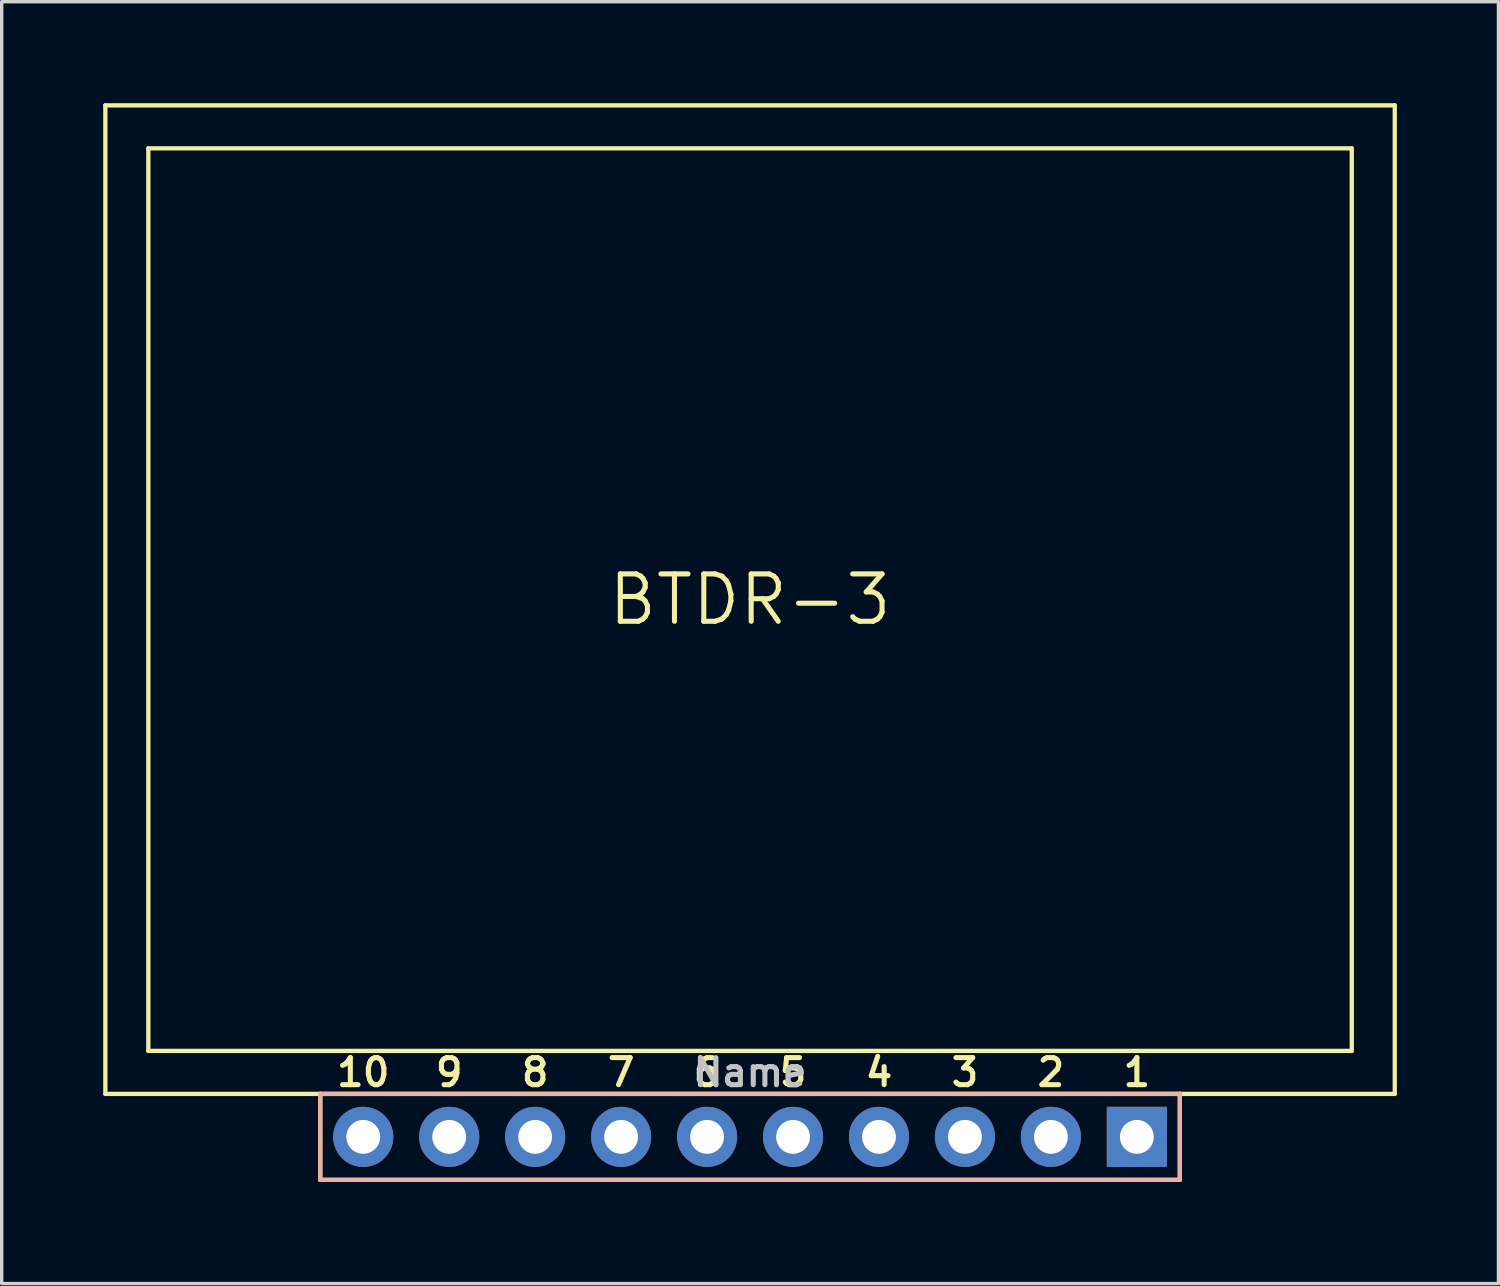
<source format=kicad_pcb>
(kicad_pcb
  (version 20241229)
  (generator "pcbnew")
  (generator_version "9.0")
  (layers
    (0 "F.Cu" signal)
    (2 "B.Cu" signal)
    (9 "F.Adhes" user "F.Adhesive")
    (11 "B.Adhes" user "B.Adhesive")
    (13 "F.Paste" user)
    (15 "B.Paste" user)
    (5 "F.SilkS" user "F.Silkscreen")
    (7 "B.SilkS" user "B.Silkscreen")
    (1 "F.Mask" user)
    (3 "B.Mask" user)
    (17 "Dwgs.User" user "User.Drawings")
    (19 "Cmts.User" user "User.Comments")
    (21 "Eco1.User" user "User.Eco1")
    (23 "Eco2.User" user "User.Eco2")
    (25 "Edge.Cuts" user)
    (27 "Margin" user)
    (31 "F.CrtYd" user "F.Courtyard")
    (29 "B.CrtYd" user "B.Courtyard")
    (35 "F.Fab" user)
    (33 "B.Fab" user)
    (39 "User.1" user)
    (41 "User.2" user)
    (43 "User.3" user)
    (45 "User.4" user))
  (footprint "BTDR-3"
    (layer "F.Cu")
    (at 19.113 14.668)
    (property "Reference" "BTDR-3" (at 0 0 0) (layer "F.SilkS") (effects (font (size 1.4 1.4) (thickness 0.15))))
    (attr through_hole)
    (fp_line (start -19.05 -14.605) (end -19.05 14.605) (stroke (width 0.127) (type solid)) (layer "F.SilkS"))
    (fp_line (start -19.05 -14.605) (end 19.05 -14.605) (stroke (width 0.127) (type solid)) (layer "F.SilkS"))
    (fp_line (start -19.05 14.605) (end -12.7 14.605) (stroke (width 0.127) (type solid)) (layer "F.SilkS"))
    (fp_line (start -17.78 -13.335) (end 17.78 -13.335) (stroke (width 0.127) (type solid)) (layer "F.SilkS"))
    (fp_line (start -17.78 13.335) (end -17.78 -13.335) (stroke (width 0.127) (type solid)) (layer "F.SilkS"))
    (fp_line (start -12.7 14.605) (end -12.7 17.145) (stroke (width 0.127) (type solid)) (layer "F.SilkS"))
    (fp_line (start -12.7 14.605) (end 12.7 14.605) (stroke (width 0.127) (type solid)) (layer "F.SilkS"))
    (fp_line (start -12.7 17.145) (end 12.7 17.145) (stroke (width 0.127) (type solid)) (layer "F.SilkS"))
    (fp_line (start 12.7 14.605) (end 19.05 14.605) (stroke (width 0.127) (type solid)) (layer "F.SilkS"))
    (fp_line (start 12.7 17.145) (end 12.7 14.605) (stroke (width 0.127) (type solid)) (layer "F.SilkS"))
    (fp_line (start 17.78 -13.335) (end 17.78 13.335) (stroke (width 0.127) (type solid)) (layer "F.SilkS"))
    (fp_line (start 17.78 13.335) (end -17.78 13.335) (stroke (width 0.127) (type solid)) (layer "F.SilkS"))
    (fp_line (start 19.05 14.605) (end 19.05 -14.605) (stroke (width 0.127) (type solid)) (layer "F.SilkS"))
    (fp_line (start -12.7 14.605) (end 12.7 14.605) (stroke (width 0.127) (type solid)) (layer "B.SilkS"))
    (fp_line (start -12.7 17.145) (end -12.7 14.605) (stroke (width 0.127) (type solid)) (layer "B.SilkS"))
    (fp_line (start 12.7 14.605) (end 12.7 17.145) (stroke (width 0.127) (type solid)) (layer "B.SilkS"))
    (fp_line (start 12.7 17.145) (end -12.7 17.145) (stroke (width 0.127) (type solid)) (layer "B.SilkS"))
    (fp_text user "7" (at -3.81 13.97 0) (layer "F.SilkS") (effects (font (size 0.8 0.8) (thickness 0.15))))
    (fp_text user "5" (at 1.27 13.97 0) (layer "F.SilkS") (effects (font (size 0.8 0.8) (thickness 0.15))))
    (fp_text user "2" (at 8.89 13.97 0) (layer "F.SilkS") (effects (font (size 0.8 0.8) (thickness 0.15))))
    (fp_text user "4" (at 3.81 13.97 0) (layer "F.SilkS") (effects (font (size 0.8 0.8) (thickness 0.15))))
    (fp_text user "1" (at 11.43 13.97 0) (layer "F.SilkS") (effects (font (size 0.8 0.8) (thickness 0.15))))
    (fp_text user "10" (at -11.43 13.97 0) (layer "F.SilkS") (effects (font (size 0.8 0.8) (thickness 0.15))))
    (fp_text user "8" (at -6.35 13.97 0) (layer "F.SilkS") (effects (font (size 0.8 0.8) (thickness 0.15))))
    (fp_text user "9" (at -8.89 13.97 0) (layer "F.SilkS") (effects (font (size 0.8 0.8) (thickness 0.15))))
    (fp_text user "3" (at 6.35 13.97 0) (layer "F.SilkS") (effects (font (size 0.8 0.8) (thickness 0.15))))
    (fp_text user "6" (at -1.27 13.97 0) (layer "F.SilkS") (effects (font (size 0.8 0.8) (thickness 0.15))))
    (fp_text user "Name" (at 0 13.97 0) (layer "Dwgs.User") (effects (font (size 0.8 0.8) (thickness 0.15))))
    (pad "1" thru_hole rect (at 11.43 15.875) (size 1.778 1.778) (drill 1) (layers "*.Cu" "*.Mask"))
    (pad "2" thru_hole circle (at 8.89 15.875) (size 1.778 1.778) (drill 1) (layers "*.Cu" "*.Mask"))
    (pad "3" thru_hole circle (at 6.35 15.875) (size 1.778 1.778) (drill 1) (layers "*.Cu" "*.Mask"))
    (pad "4" thru_hole circle (at 3.81 15.875) (size 1.778 1.778) (drill 1) (layers "*.Cu" "*.Mask"))
    (pad "5" thru_hole circle (at 1.27 15.875) (size 1.778 1.778) (drill 1) (layers "*.Cu" "*.Mask"))
    (pad "6" thru_hole circle (at -1.27 15.875) (size 1.778 1.778) (drill 1) (layers "*.Cu" "*.Mask"))
    (pad "7" thru_hole circle (at -3.81 15.875) (size 1.778 1.778) (drill 1) (layers "*.Cu" "*.Mask"))
    (pad "8" thru_hole circle (at -6.35 15.875) (size 1.778 1.778) (drill 1) (layers "*.Cu" "*.Mask"))
    (pad "9" thru_hole circle (at -8.89 15.875) (size 1.778 1.778) (drill 1) (layers "*.Cu" "*.Mask"))
    (pad "10" thru_hole circle (at -11.43 15.875) (size 1.778 1.778) (drill 1) (layers "*.Cu" "*.Mask")))
  (gr_rect
    (start -3 -3)
    (end 41.227 34.877)
    (stroke (width 0.1) (type default))
    (fill no)
    (layer "Edge.Cuts")))
</source>
